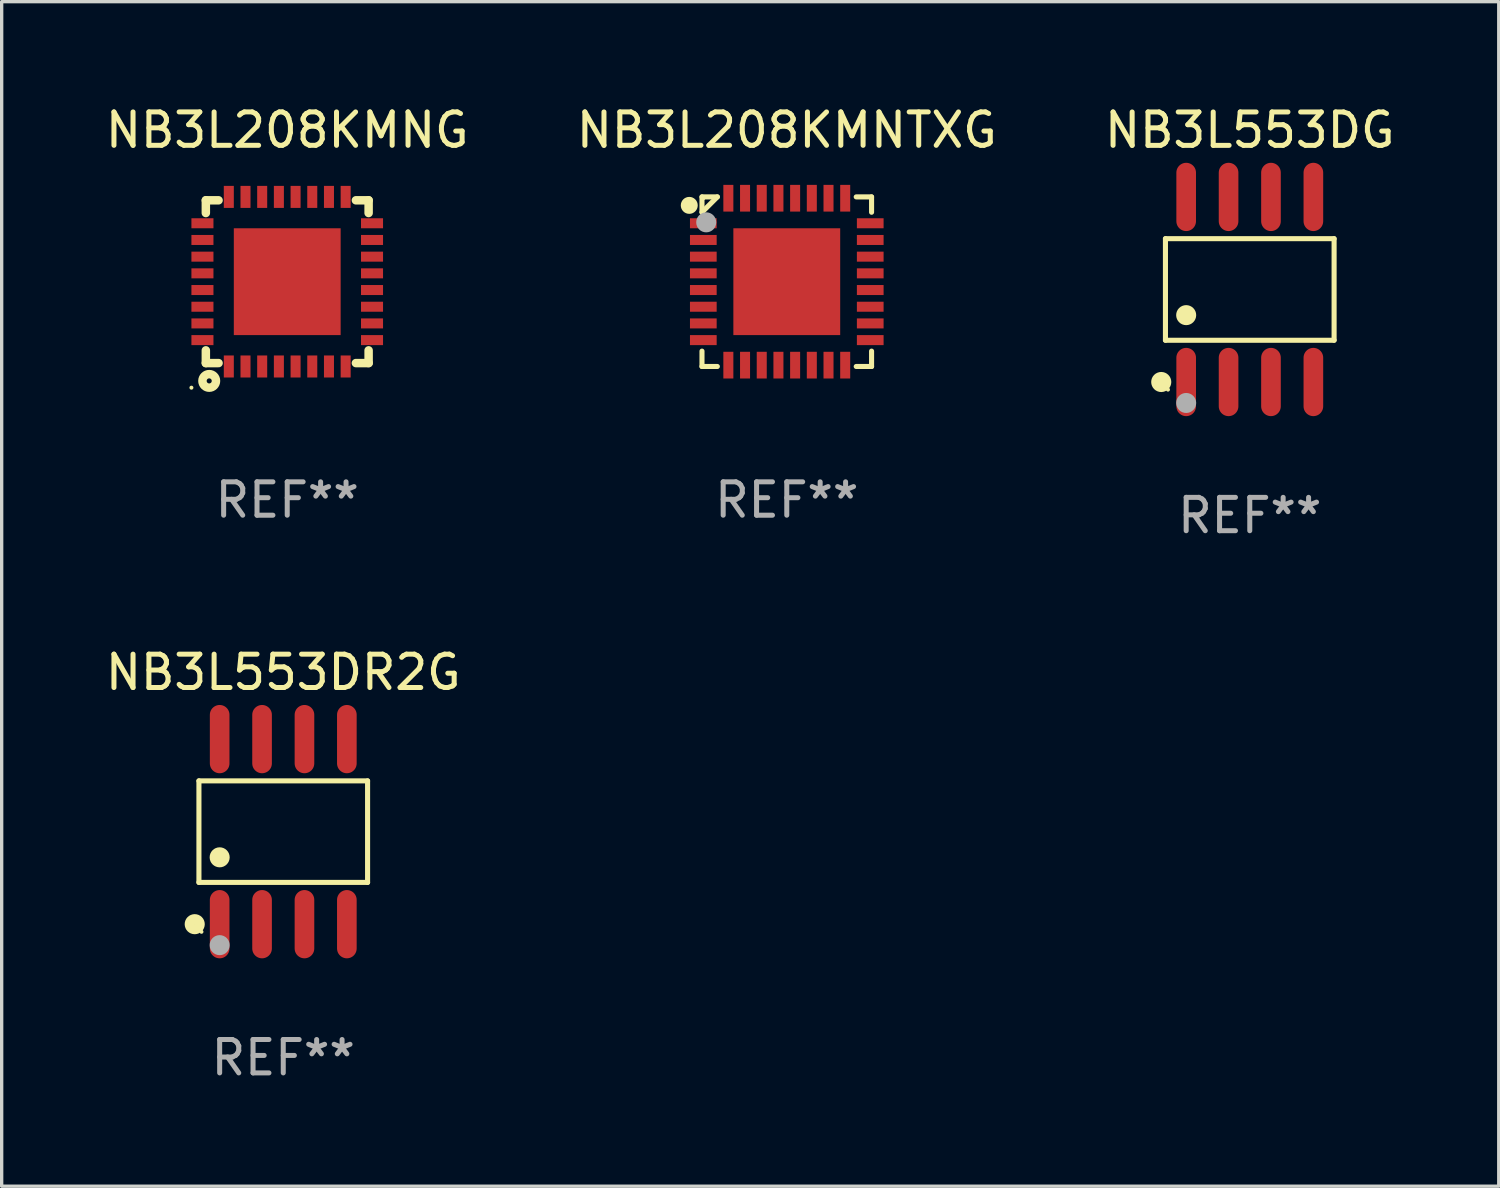
<source format=kicad_pcb>
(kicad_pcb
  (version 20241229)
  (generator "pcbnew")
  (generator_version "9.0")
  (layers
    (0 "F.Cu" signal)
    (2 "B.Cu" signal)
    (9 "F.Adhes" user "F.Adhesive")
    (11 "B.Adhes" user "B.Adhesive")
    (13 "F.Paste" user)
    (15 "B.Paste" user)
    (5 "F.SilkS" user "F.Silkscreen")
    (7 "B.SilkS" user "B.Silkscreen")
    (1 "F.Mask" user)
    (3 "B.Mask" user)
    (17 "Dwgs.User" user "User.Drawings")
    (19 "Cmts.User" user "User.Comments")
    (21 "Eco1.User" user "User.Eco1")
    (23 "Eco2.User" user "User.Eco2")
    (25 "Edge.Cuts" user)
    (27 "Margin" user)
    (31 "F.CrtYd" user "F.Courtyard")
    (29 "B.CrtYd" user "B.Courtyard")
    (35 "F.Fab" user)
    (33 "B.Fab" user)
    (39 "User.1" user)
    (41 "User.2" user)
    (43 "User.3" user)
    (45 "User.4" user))
  (footprint "NB3L553DR2G"
    (layer "F.Cu")
    (at 5.435 21.862)
    (property "Reference" "NB3L553DR2G" (at 0 -4.772 0) (layer "F.SilkS") (effects (font (size 1 1) (thickness 0.15))))
    (attr through_hole)
    (fp_line (start -2.526 -1.521) (end 2.526 -1.521) (stroke (width 0.152) (type solid)) (layer "F.SilkS"))
    (fp_line (start -2.526 1.521) (end -2.526 -1.521) (stroke (width 0.152) (type solid)) (layer "F.SilkS"))
    (fp_line (start 2.526 -1.521) (end 2.526 1.521) (stroke (width 0.152) (type solid)) (layer "F.SilkS"))
    (fp_line (start 2.526 1.521) (end -2.526 1.521) (stroke (width 0.152) (type solid)) (layer "F.SilkS"))
    (fp_circle (center -2.652 2.772) (end -2.501 2.772) (stroke (width 0.3) (type solid)) (fill no) (layer "F.SilkS"))
    (fp_circle (center -2.45 3) (end -2.42 3) (stroke (width 0.06) (type solid)) (fill no) (layer "F.SilkS"))
    (fp_circle (center -1.905 0.769) (end -1.755 0.769) (stroke (width 0.3) (type solid)) (fill no) (layer "F.SilkS"))
    (fp_circle (center -1.905 3.4) (end -1.755 3.4) (stroke (width 0.3) (type solid)) (fill no) (layer "F.Fab"))
    (fp_text user "REF**" (at 0 6.772 0) (layer "F.Fab") (effects (font (size 1 1) (thickness 0.15))))
    (pad "1" smd oval (at -1.905 2.772) (size 0.588 2.045) (layers "F.Cu" "F.Mask" "F.Paste"))
    (pad "2" smd oval (at -0.635 2.772) (size 0.588 2.045) (layers "F.Cu" "F.Mask" "F.Paste"))
    (pad "3" smd oval (at 0.635 2.772) (size 0.588 2.045) (layers "F.Cu" "F.Mask" "F.Paste"))
    (pad "4" smd oval (at 1.905 2.772) (size 0.588 2.045) (layers "F.Cu" "F.Mask" "F.Paste"))
    (pad "5" smd oval (at 1.905 -2.772) (size 0.588 2.045) (layers "F.Cu" "F.Mask" "F.Paste"))
    (pad "6" smd oval (at 0.635 -2.772) (size 0.588 2.045) (layers "F.Cu" "F.Mask" "F.Paste"))
    (pad "7" smd oval (at -0.635 -2.772) (size 0.588 2.045) (layers "F.Cu" "F.Mask" "F.Paste"))
    (pad "8" smd oval (at -1.905 -2.772) (size 0.588 2.045) (layers "F.Cu" "F.Mask" "F.Paste")))
  (footprint "NB3L208KMNTXG"
    (layer "F.Cu")
    (at 20.518 5.388)
    (property "Reference" "NB3L208KMNTXG" (at 0 -4.54 0) (layer "F.SilkS") (effects (font (size 1 1) (thickness 0.15))))
    (attr through_hole)
    (fp_line (start -2.54 -2.54) (end -2.08 -2.54) (stroke (width 0.152) (type solid)) (layer "F.SilkS"))
    (fp_line (start -2.54 -2.08) (end -2.54 -2.54) (stroke (width 0.152) (type solid)) (layer "F.SilkS"))
    (fp_line (start -2.54 -2.08) (end -2.08 -2.54) (stroke (width 0.152) (type solid)) (layer "F.SilkS"))
    (fp_line (start -2.54 2.54) (end -2.54 2.08) (stroke (width 0.152) (type solid)) (layer "F.SilkS"))
    (fp_line (start -2.08 2.54) (end -2.54 2.54) (stroke (width 0.152) (type solid)) (layer "F.SilkS"))
    (fp_line (start 2.08 -2.54) (end 2.54 -2.54) (stroke (width 0.152) (type solid)) (layer "F.SilkS"))
    (fp_line (start 2.54 -2.54) (end 2.54 -2.08) (stroke (width 0.152) (type solid)) (layer "F.SilkS"))
    (fp_line (start 2.54 2.08) (end 2.54 2.54) (stroke (width 0.152) (type solid)) (layer "F.SilkS"))
    (fp_line (start 2.54 2.54) (end 2.08 2.54) (stroke (width 0.152) (type solid)) (layer "F.SilkS"))
    (fp_circle (center -2.921 -2.286) (end -2.794 -2.286) (stroke (width 0.254) (type solid)) (fill no) (layer "F.SilkS"))
    (fp_circle (center -2.5 -2.5) (end -2.47 -2.5) (stroke (width 0.06) (type solid)) (fill no) (layer "F.SilkS"))
    (fp_circle (center -2.413 -1.778) (end -2.263 -1.778) (stroke (width 0.3) (type solid)) (fill no) (layer "F.Fab"))
    (fp_text user "REF**" (at 0 6.54 0) (layer "F.Fab") (effects (font (size 1 1) (thickness 0.15))))
    (pad "1" smd rect (at -2.5 -1.75 90) (size 0.3 0.8) (layers "F.Cu" "F.Mask" "F.Paste"))
    (pad "2" smd rect (at -2.5 -1.25 90) (size 0.3 0.8) (layers "F.Cu" "F.Mask" "F.Paste"))
    (pad "3" smd rect (at -2.5 -0.75 90) (size 0.3 0.8) (layers "F.Cu" "F.Mask" "F.Paste"))
    (pad "4" smd rect (at -2.5 -0.25 90) (size 0.3 0.8) (layers "F.Cu" "F.Mask" "F.Paste"))
    (pad "5" smd rect (at -2.5 0.25 90) (size 0.3 0.8) (layers "F.Cu" "F.Mask" "F.Paste"))
    (pad "6" smd rect (at -2.5 0.75 90) (size 0.3 0.8) (layers "F.Cu" "F.Mask" "F.Paste"))
    (pad "7" smd rect (at -2.5 1.25 90) (size 0.3 0.8) (layers "F.Cu" "F.Mask" "F.Paste"))
    (pad "8" smd rect (at -2.5 1.75 90) (size 0.3 0.8) (layers "F.Cu" "F.Mask" "F.Paste"))
    (pad "9" smd rect (at -1.75 2.5 180) (size 0.3 0.8) (layers "F.Cu" "F.Mask" "F.Paste"))
    (pad "10" smd rect (at -1.25 2.5 180) (size 0.3 0.8) (layers "F.Cu" "F.Mask" "F.Paste"))
    (pad "11" smd rect (at -0.75 2.5 180) (size 0.3 0.8) (layers "F.Cu" "F.Mask" "F.Paste"))
    (pad "12" smd rect (at -0.25 2.5 180) (size 0.3 0.8) (layers "F.Cu" "F.Mask" "F.Paste"))
    (pad "13" smd rect (at 0.25 2.5 180) (size 0.3 0.8) (layers "F.Cu" "F.Mask" "F.Paste"))
    (pad "14" smd rect (at 0.75 2.5 180) (size 0.3 0.8) (layers "F.Cu" "F.Mask" "F.Paste"))
    (pad "15" smd rect (at 1.25 2.5 180) (size 0.3 0.8) (layers "F.Cu" "F.Mask" "F.Paste"))
    (pad "16" smd rect (at 1.75 2.5 180) (size 0.3 0.8) (layers "F.Cu" "F.Mask" "F.Paste"))
    (pad "17" smd rect (at 2.5 1.75 270) (size 0.3 0.8) (layers "F.Cu" "F.Mask" "F.Paste"))
    (pad "18" smd rect (at 2.5 1.25 270) (size 0.3 0.8) (layers "F.Cu" "F.Mask" "F.Paste"))
    (pad "19" smd rect (at 2.5 0.75 270) (size 0.3 0.8) (layers "F.Cu" "F.Mask" "F.Paste"))
    (pad "20" smd rect (at 2.5 0.25 270) (size 0.3 0.8) (layers "F.Cu" "F.Mask" "F.Paste"))
    (pad "21" smd rect (at 2.5 -0.25 270) (size 0.3 0.8) (layers "F.Cu" "F.Mask" "F.Paste"))
    (pad "22" smd rect (at 2.5 -0.75 270) (size 0.3 0.8) (layers "F.Cu" "F.Mask" "F.Paste"))
    (pad "23" smd rect (at 2.5 -1.25 270) (size 0.3 0.8) (layers "F.Cu" "F.Mask" "F.Paste"))
    (pad "24" smd rect (at 2.5 -1.75 270) (size 0.3 0.8) (layers "F.Cu" "F.Mask" "F.Paste"))
    (pad "25" smd rect (at 1.75 -2.5) (size 0.3 0.8) (layers "F.Cu" "F.Mask" "F.Paste"))
    (pad "26" smd rect (at 1.25 -2.5) (size 0.3 0.8) (layers "F.Cu" "F.Mask" "F.Paste"))
    (pad "27" smd rect (at 0.75 -2.5) (size 0.3 0.8) (layers "F.Cu" "F.Mask" "F.Paste"))
    (pad "28" smd rect (at 0.25 -2.5) (size 0.3 0.8) (layers "F.Cu" "F.Mask" "F.Paste"))
    (pad "29" smd rect (at -0.25 -2.5) (size 0.3 0.8) (layers "F.Cu" "F.Mask" "F.Paste"))
    (pad "30" smd rect (at -0.75 -2.5) (size 0.3 0.8) (layers "F.Cu" "F.Mask" "F.Paste"))
    (pad "31" smd rect (at -1.25 -2.5) (size 0.3 0.8) (layers "F.Cu" "F.Mask" "F.Paste"))
    (pad "32" smd rect (at -1.75 -2.5) (size 0.3 0.8) (layers "F.Cu" "F.Mask" "F.Paste"))
    (pad "33" smd rect (at 0 0 90) (size 3.2 3.2) (layers "F.Cu" "F.Mask" "F.Paste")))
  (footprint "NB3L208KMNG"
    (layer "F.Cu")
    (at 5.554 5.388)
    (property "Reference" "NB3L208KMNG" (at 0 -4.54 0) (layer "F.SilkS") (effects (font (size 1 1) (thickness 0.15))))
    (attr through_hole)
    (fp_line (start -2.438 -2.438) (end -2.057 -2.438) (stroke (width 0.254) (type solid)) (layer "F.SilkS"))
    (fp_line (start -2.438 -2.057) (end -2.438 -2.438) (stroke (width 0.254) (type solid)) (layer "F.SilkS"))
    (fp_line (start -2.438 2.438) (end -2.438 2.057) (stroke (width 0.254) (type solid)) (layer "F.SilkS"))
    (fp_line (start -2.057 2.438) (end -2.438 2.438) (stroke (width 0.254) (type solid)) (layer "F.SilkS"))
    (fp_line (start 2.057 -2.438) (end 2.438 -2.438) (stroke (width 0.254) (type solid)) (layer "F.SilkS"))
    (fp_line (start 2.438 -2.438) (end 2.438 -2.057) (stroke (width 0.254) (type solid)) (layer "F.SilkS"))
    (fp_line (start 2.438 2.057) (end 2.438 2.438) (stroke (width 0.254) (type solid)) (layer "F.SilkS"))
    (fp_line (start 2.438 2.438) (end 2.057 2.438) (stroke (width 0.254) (type solid)) (layer "F.SilkS"))
    (fp_circle (center -2.87 3.175) (end -2.84 3.175) (stroke (width 0.06) (type solid)) (fill no) (layer "F.SilkS"))
    (fp_circle (center -2.337 2.972) (end -2.261 2.972) (stroke (width 0.254) (type solid)) (fill no) (layer "F.SilkS"))
    (fp_text user "REF**" (at 0 6.54 0) (layer "F.Fab") (effects (font (size 1 1) (thickness 0.15))))
    (pad "1" smd rect (at -1.75 2.54 90) (size 0.66 0.3) (layers "F.Cu" "F.Mask" "F.Paste"))
    (pad "2" smd rect (at -1.25 2.54 90) (size 0.66 0.3) (layers "F.Cu" "F.Mask" "F.Paste"))
    (pad "3" smd rect (at -0.75 2.54 90) (size 0.66 0.3) (layers "F.Cu" "F.Mask" "F.Paste"))
    (pad "4" smd rect (at -0.25 2.54 90) (size 0.66 0.3) (layers "F.Cu" "F.Mask" "F.Paste"))
    (pad "5" smd rect (at 0.25 2.54 90) (size 0.66 0.3) (layers "F.Cu" "F.Mask" "F.Paste"))
    (pad "6" smd rect (at 0.75 2.54 90) (size 0.66 0.3) (layers "F.Cu" "F.Mask" "F.Paste"))
    (pad "7" smd rect (at 1.25 2.54 90) (size 0.66 0.3) (layers "F.Cu" "F.Mask" "F.Paste"))
    (pad "8" smd rect (at 1.75 2.54 90) (size 0.66 0.3) (layers "F.Cu" "F.Mask" "F.Paste"))
    (pad "9" smd rect (at 2.54 1.75 90) (size 0.3 0.66) (layers "F.Cu" "F.Mask" "F.Paste"))
    (pad "10" smd rect (at 2.54 1.25 90) (size 0.3 0.66) (layers "F.Cu" "F.Mask" "F.Paste"))
    (pad "11" smd rect (at 2.54 0.75 90) (size 0.3 0.66) (layers "F.Cu" "F.Mask" "F.Paste"))
    (pad "12" smd rect (at 2.54 0.25 90) (size 0.3 0.66) (layers "F.Cu" "F.Mask" "F.Paste"))
    (pad "13" smd rect (at 2.54 -0.25 90) (size 0.3 0.66) (layers "F.Cu" "F.Mask" "F.Paste"))
    (pad "14" smd rect (at 2.54 -0.75 90) (size 0.3 0.66) (layers "F.Cu" "F.Mask" "F.Paste"))
    (pad "15" smd rect (at 2.54 -1.25 90) (size 0.3 0.66) (layers "F.Cu" "F.Mask" "F.Paste"))
    (pad "16" smd rect (at 2.54 -1.75 90) (size 0.3 0.66) (layers "F.Cu" "F.Mask" "F.Paste"))
    (pad "17" smd rect (at 1.75 -2.54 90) (size 0.66 0.3) (layers "F.Cu" "F.Mask" "F.Paste"))
    (pad "18" smd rect (at 1.25 -2.54 90) (size 0.66 0.3) (layers "F.Cu" "F.Mask" "F.Paste"))
    (pad "19" smd rect (at 0.75 -2.54 90) (size 0.66 0.3) (layers "F.Cu" "F.Mask" "F.Paste"))
    (pad "20" smd rect (at 0.25 -2.54 90) (size 0.66 0.3) (layers "F.Cu" "F.Mask" "F.Paste"))
    (pad "21" smd rect (at -0.25 -2.54 90) (size 0.66 0.3) (layers "F.Cu" "F.Mask" "F.Paste"))
    (pad "22" smd rect (at -0.75 -2.54 90) (size 0.66 0.3) (layers "F.Cu" "F.Mask" "F.Paste"))
    (pad "23" smd rect (at -1.25 -2.54 90) (size 0.66 0.3) (layers "F.Cu" "F.Mask" "F.Paste"))
    (pad "24" smd rect (at -1.75 -2.54 90) (size 0.66 0.3) (layers "F.Cu" "F.Mask" "F.Paste"))
    (pad "25" smd rect (at -2.54 -1.75 90) (size 0.3 0.66) (layers "F.Cu" "F.Mask" "F.Paste"))
    (pad "26" smd rect (at -2.54 -1.25 90) (size 0.3 0.66) (layers "F.Cu" "F.Mask" "F.Paste"))
    (pad "27" smd rect (at -2.54 -0.75 90) (size 0.3 0.66) (layers "F.Cu" "F.Mask" "F.Paste"))
    (pad "28" smd rect (at -2.54 -0.25 90) (size 0.3 0.66) (layers "F.Cu" "F.Mask" "F.Paste"))
    (pad "29" smd rect (at -2.54 0.25 90) (size 0.3 0.66) (layers "F.Cu" "F.Mask" "F.Paste"))
    (pad "30" smd rect (at -2.54 0.75 90) (size 0.3 0.66) (layers "F.Cu" "F.Mask" "F.Paste"))
    (pad "31" smd rect (at -2.54 1.25 90) (size 0.3 0.66) (layers "F.Cu" "F.Mask" "F.Paste"))
    (pad "32" smd rect (at -2.54 1.75 90) (size 0.3 0.66) (layers "F.Cu" "F.Mask" "F.Paste"))
    (pad "33" smd rect (at 0 0 90) (size 3.2 3.2) (layers "F.Cu" "F.Mask" "F.Paste")))
  (footprint "NB3L553DG"
    (layer "F.Cu")
    (at 34.387 5.621)
    (property "Reference" "NB3L553DG" (at 0 -4.772 0) (layer "F.SilkS") (effects (font (size 1 1) (thickness 0.15))))
    (attr through_hole)
    (fp_line (start -2.526 -1.521) (end 2.526 -1.521) (stroke (width 0.152) (type solid)) (layer "F.SilkS"))
    (fp_line (start -2.526 1.521) (end -2.526 -1.521) (stroke (width 0.152) (type solid)) (layer "F.SilkS"))
    (fp_line (start 2.526 -1.521) (end 2.526 1.521) (stroke (width 0.152) (type solid)) (layer "F.SilkS"))
    (fp_line (start 2.526 1.521) (end -2.526 1.521) (stroke (width 0.152) (type solid)) (layer "F.SilkS"))
    (fp_circle (center -2.652 2.772) (end -2.501 2.772) (stroke (width 0.3) (type solid)) (fill no) (layer "F.SilkS"))
    (fp_circle (center -2.45 3) (end -2.42 3) (stroke (width 0.06) (type solid)) (fill no) (layer "F.SilkS"))
    (fp_circle (center -1.905 0.769) (end -1.755 0.769) (stroke (width 0.3) (type solid)) (fill no) (layer "F.SilkS"))
    (fp_circle (center -1.905 3.4) (end -1.755 3.4) (stroke (width 0.3) (type solid)) (fill no) (layer "F.Fab"))
    (fp_text user "REF**" (at 0 6.772 0) (layer "F.Fab") (effects (font (size 1 1) (thickness 0.15))))
    (pad "1" smd oval (at -1.905 2.772) (size 0.588 2.045) (layers "F.Cu" "F.Mask" "F.Paste"))
    (pad "2" smd oval (at -0.635 2.772) (size 0.588 2.045) (layers "F.Cu" "F.Mask" "F.Paste"))
    (pad "3" smd oval (at 0.635 2.772) (size 0.588 2.045) (layers "F.Cu" "F.Mask" "F.Paste"))
    (pad "4" smd oval (at 1.905 2.772) (size 0.588 2.045) (layers "F.Cu" "F.Mask" "F.Paste"))
    (pad "5" smd oval (at 1.905 -2.772) (size 0.588 2.045) (layers "F.Cu" "F.Mask" "F.Paste"))
    (pad "6" smd oval (at 0.635 -2.772) (size 0.588 2.045) (layers "F.Cu" "F.Mask" "F.Paste"))
    (pad "7" smd oval (at -0.635 -2.772) (size 0.588 2.045) (layers "F.Cu" "F.Mask" "F.Paste"))
    (pad "8" smd oval (at -1.905 -2.772) (size 0.588 2.045) (layers "F.Cu" "F.Mask" "F.Paste")))
  (gr_rect
    (start -3 -3)
    (end 41.845 32.483)
    (stroke (width 0.1) (type default))
    (fill no)
    (layer "Edge.Cuts")))
</source>
